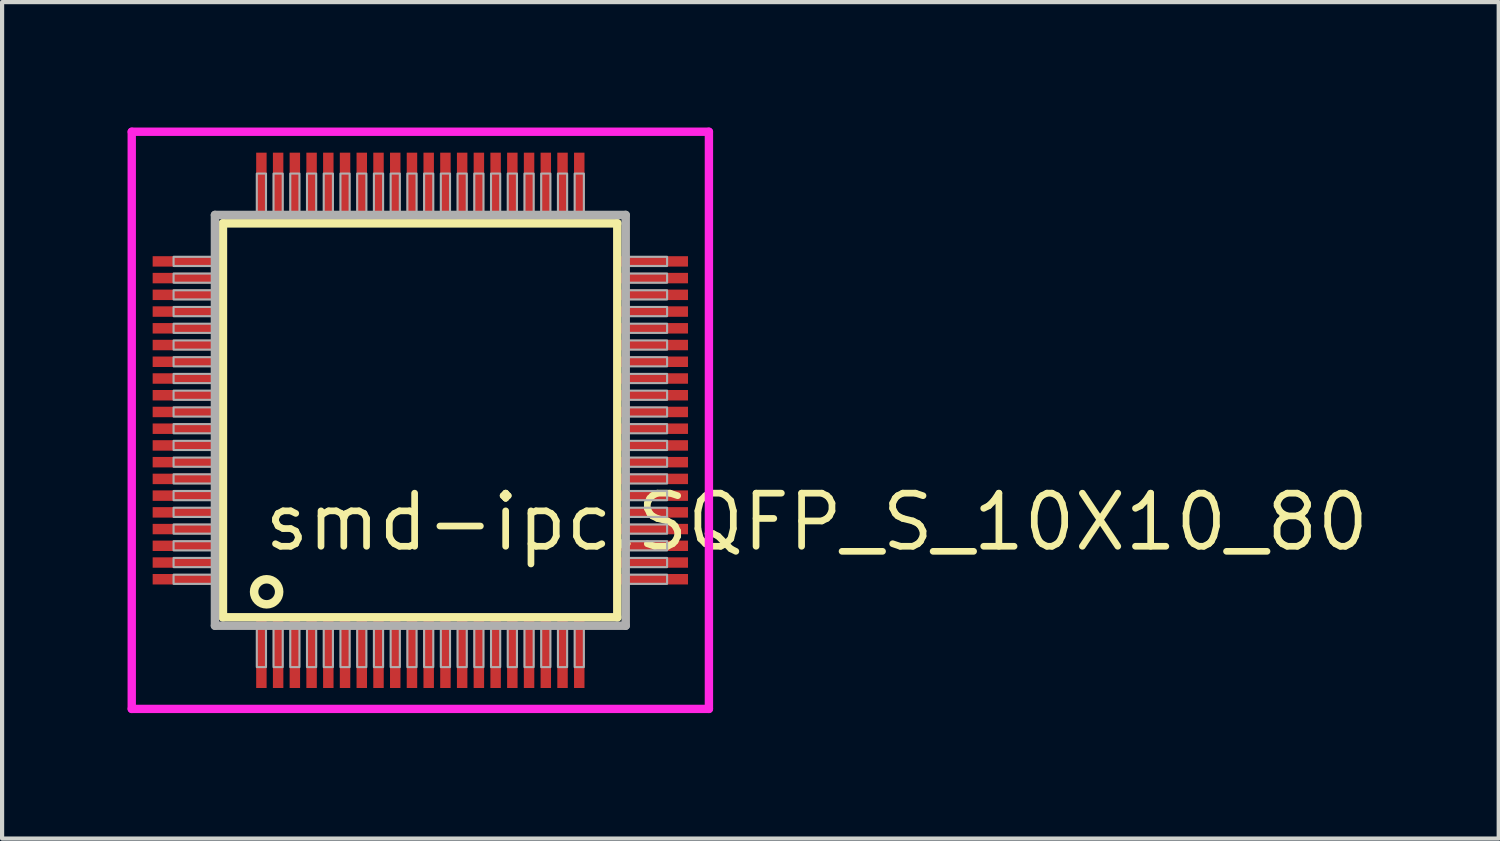
<source format=kicad_pcb>
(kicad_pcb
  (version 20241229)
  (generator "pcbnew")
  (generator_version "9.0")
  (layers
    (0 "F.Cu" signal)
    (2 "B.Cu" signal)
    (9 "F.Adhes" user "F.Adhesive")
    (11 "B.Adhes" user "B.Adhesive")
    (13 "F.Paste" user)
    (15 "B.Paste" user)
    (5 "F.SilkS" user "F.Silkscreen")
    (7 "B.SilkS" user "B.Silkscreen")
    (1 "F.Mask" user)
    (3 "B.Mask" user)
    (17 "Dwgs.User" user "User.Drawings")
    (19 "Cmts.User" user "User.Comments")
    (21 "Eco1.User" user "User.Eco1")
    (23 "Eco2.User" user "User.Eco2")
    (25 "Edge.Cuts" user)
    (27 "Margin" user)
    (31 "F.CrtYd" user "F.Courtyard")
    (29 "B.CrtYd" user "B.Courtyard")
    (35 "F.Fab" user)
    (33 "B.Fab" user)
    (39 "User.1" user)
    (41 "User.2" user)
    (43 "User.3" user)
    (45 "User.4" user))
  (footprint "smd-ipc.SQFP_S_10X10_80"
    (layer "F.Cu")
    (at 7 7)
    (property "Reference" "smd-ipc.SQFP_S_10X10_80" (at -3.81 3.175 0) (layer "F.SilkS") (effects (font (size 1.27 1.27) (thickness 0.16)) (justify left bottom)))
    (attr smd)
    (fp_line (start -4.72 -4.71) (end 4.71 -4.71) (stroke (width 0.203) (type default)) (layer "F.SilkS"))
    (fp_line (start -4.72 4.71) (end -4.72 -4.71) (stroke (width 0.203) (type default)) (layer "F.SilkS"))
    (fp_line (start 4.71 -4.71) (end 4.71 4.71) (stroke (width 0.203) (type default)) (layer "F.SilkS"))
    (fp_line (start 4.71 4.71) (end -4.72 4.71) (stroke (width 0.203) (type default)) (layer "F.SilkS"))
    (fp_circle (center -3.675 4.1) (end -3.375 4.1) (stroke (width 0.203) (type default)) (fill no) (layer "F.SilkS"))
    (fp_line (start -6.9 -6.9) (end 6.9 -6.9) (stroke (width 0.2) (type default)) (layer "F.CrtYd"))
    (fp_line (start -6.9 6.9) (end -6.9 -6.9) (stroke (width 0.2) (type default)) (layer "F.CrtYd"))
    (fp_line (start 6.9 -6.9) (end 6.9 6.9) (stroke (width 0.2) (type default)) (layer "F.CrtYd"))
    (fp_line (start 6.9 6.9) (end -6.9 6.9) (stroke (width 0.2) (type default)) (layer "F.CrtYd"))
    (fp_line (start -4.91 -4.91) (end -4.91 4.91) (stroke (width 0.203) (type default)) (layer "F.Fab"))
    (fp_line (start -4.91 4.91) (end 4.91 4.91) (stroke (width 0.203) (type default)) (layer "F.Fab"))
    (fp_line (start 4.91 -4.91) (end -4.91 -4.91) (stroke (width 0.203) (type default)) (layer "F.Fab"))
    (fp_line (start 4.91 4.91) (end 4.91 -4.91) (stroke (width 0.203) (type default)) (layer "F.Fab"))
    (fp_rect (start -5.9 -3.69) (end -4.95 -3.91) (stroke (width 0.05) (type default)) (fill no) (layer "F.Fab"))
    (fp_rect (start -5.9 -3.29) (end -4.95 -3.51) (stroke (width 0.05) (type default)) (fill no) (layer "F.Fab"))
    (fp_rect (start -5.9 -2.89) (end -4.95 -3.11) (stroke (width 0.05) (type default)) (fill no) (layer "F.Fab"))
    (fp_rect (start -5.9 -2.49) (end -4.95 -2.71) (stroke (width 0.05) (type default)) (fill no) (layer "F.Fab"))
    (fp_rect (start -5.9 -2.09) (end -4.95 -2.31) (stroke (width 0.05) (type default)) (fill no) (layer "F.Fab"))
    (fp_rect (start -5.9 -1.69) (end -4.95 -1.91) (stroke (width 0.05) (type default)) (fill no) (layer "F.Fab"))
    (fp_rect (start -5.9 -1.29) (end -4.95 -1.51) (stroke (width 0.05) (type default)) (fill no) (layer "F.Fab"))
    (fp_rect (start -5.9 -0.89) (end -4.95 -1.11) (stroke (width 0.05) (type default)) (fill no) (layer "F.Fab"))
    (fp_rect (start -5.9 -0.49) (end -4.95 -0.71) (stroke (width 0.05) (type default)) (fill no) (layer "F.Fab"))
    (fp_rect (start -5.9 -0.09) (end -4.95 -0.31) (stroke (width 0.05) (type default)) (fill no) (layer "F.Fab"))
    (fp_rect (start -5.9 0.31) (end -4.95 0.09) (stroke (width 0.05) (type default)) (fill no) (layer "F.Fab"))
    (fp_rect (start -5.9 0.71) (end -4.95 0.49) (stroke (width 0.05) (type default)) (fill no) (layer "F.Fab"))
    (fp_rect (start -5.9 1.11) (end -4.95 0.89) (stroke (width 0.05) (type default)) (fill no) (layer "F.Fab"))
    (fp_rect (start -5.9 1.51) (end -4.95 1.29) (stroke (width 0.05) (type default)) (fill no) (layer "F.Fab"))
    (fp_rect (start -5.9 1.91) (end -4.95 1.69) (stroke (width 0.05) (type default)) (fill no) (layer "F.Fab"))
    (fp_rect (start -5.9 2.31) (end -4.95 2.09) (stroke (width 0.05) (type default)) (fill no) (layer "F.Fab"))
    (fp_rect (start -5.9 2.71) (end -4.95 2.49) (stroke (width 0.05) (type default)) (fill no) (layer "F.Fab"))
    (fp_rect (start -5.9 3.11) (end -4.95 2.89) (stroke (width 0.05) (type default)) (fill no) (layer "F.Fab"))
    (fp_rect (start -5.9 3.51) (end -4.95 3.29) (stroke (width 0.05) (type default)) (fill no) (layer "F.Fab"))
    (fp_rect (start -5.9 3.91) (end -4.95 3.69) (stroke (width 0.05) (type default)) (fill no) (layer "F.Fab"))
    (fp_rect (start -3.91 -4.95) (end -3.69 -5.9) (stroke (width 0.05) (type default)) (fill no) (layer "F.Fab"))
    (fp_rect (start -3.91 5.9) (end -3.69 4.95) (stroke (width 0.05) (type default)) (fill no) (layer "F.Fab"))
    (fp_rect (start -3.51 -4.95) (end -3.29 -5.9) (stroke (width 0.05) (type default)) (fill no) (layer "F.Fab"))
    (fp_rect (start -3.51 5.9) (end -3.29 4.95) (stroke (width 0.05) (type default)) (fill no) (layer "F.Fab"))
    (fp_rect (start -3.11 -4.95) (end -2.89 -5.9) (stroke (width 0.05) (type default)) (fill no) (layer "F.Fab"))
    (fp_rect (start -3.11 5.9) (end -2.89 4.95) (stroke (width 0.05) (type default)) (fill no) (layer "F.Fab"))
    (fp_rect (start -2.71 -4.95) (end -2.49 -5.9) (stroke (width 0.05) (type default)) (fill no) (layer "F.Fab"))
    (fp_rect (start -2.71 5.9) (end -2.49 4.95) (stroke (width 0.05) (type default)) (fill no) (layer "F.Fab"))
    (fp_rect (start -2.31 -4.95) (end -2.09 -5.9) (stroke (width 0.05) (type default)) (fill no) (layer "F.Fab"))
    (fp_rect (start -2.31 5.9) (end -2.09 4.95) (stroke (width 0.05) (type default)) (fill no) (layer "F.Fab"))
    (fp_rect (start -1.91 -4.95) (end -1.69 -5.9) (stroke (width 0.05) (type default)) (fill no) (layer "F.Fab"))
    (fp_rect (start -1.91 5.9) (end -1.69 4.95) (stroke (width 0.05) (type default)) (fill no) (layer "F.Fab"))
    (fp_rect (start -1.51 -4.95) (end -1.29 -5.9) (stroke (width 0.05) (type default)) (fill no) (layer "F.Fab"))
    (fp_rect (start -1.51 5.9) (end -1.29 4.95) (stroke (width 0.05) (type default)) (fill no) (layer "F.Fab"))
    (fp_rect (start -1.11 -4.95) (end -0.89 -5.9) (stroke (width 0.05) (type default)) (fill no) (layer "F.Fab"))
    (fp_rect (start -1.11 5.9) (end -0.89 4.95) (stroke (width 0.05) (type default)) (fill no) (layer "F.Fab"))
    (fp_rect (start -0.71 -4.95) (end -0.49 -5.9) (stroke (width 0.05) (type default)) (fill no) (layer "F.Fab"))
    (fp_rect (start -0.71 5.9) (end -0.49 4.95) (stroke (width 0.05) (type default)) (fill no) (layer "F.Fab"))
    (fp_rect (start -0.31 -4.95) (end -0.09 -5.9) (stroke (width 0.05) (type default)) (fill no) (layer "F.Fab"))
    (fp_rect (start -0.31 5.9) (end -0.09 4.95) (stroke (width 0.05) (type default)) (fill no) (layer "F.Fab"))
    (fp_rect (start 0.09 -4.95) (end 0.31 -5.9) (stroke (width 0.05) (type default)) (fill no) (layer "F.Fab"))
    (fp_rect (start 0.09 5.9) (end 0.31 4.95) (stroke (width 0.05) (type default)) (fill no) (layer "F.Fab"))
    (fp_rect (start 0.49 -4.95) (end 0.71 -5.9) (stroke (width 0.05) (type default)) (fill no) (layer "F.Fab"))
    (fp_rect (start 0.49 5.9) (end 0.71 4.95) (stroke (width 0.05) (type default)) (fill no) (layer "F.Fab"))
    (fp_rect (start 0.89 -4.95) (end 1.11 -5.9) (stroke (width 0.05) (type default)) (fill no) (layer "F.Fab"))
    (fp_rect (start 0.89 5.9) (end 1.11 4.95) (stroke (width 0.05) (type default)) (fill no) (layer "F.Fab"))
    (fp_rect (start 1.29 -4.95) (end 1.51 -5.9) (stroke (width 0.05) (type default)) (fill no) (layer "F.Fab"))
    (fp_rect (start 1.29 5.9) (end 1.51 4.95) (stroke (width 0.05) (type default)) (fill no) (layer "F.Fab"))
    (fp_rect (start 1.69 -4.95) (end 1.91 -5.9) (stroke (width 0.05) (type default)) (fill no) (layer "F.Fab"))
    (fp_rect (start 1.69 5.9) (end 1.91 4.95) (stroke (width 0.05) (type default)) (fill no) (layer "F.Fab"))
    (fp_rect (start 2.09 -4.95) (end 2.31 -5.9) (stroke (width 0.05) (type default)) (fill no) (layer "F.Fab"))
    (fp_rect (start 2.09 5.9) (end 2.31 4.95) (stroke (width 0.05) (type default)) (fill no) (layer "F.Fab"))
    (fp_rect (start 2.49 -4.95) (end 2.71 -5.9) (stroke (width 0.05) (type default)) (fill no) (layer "F.Fab"))
    (fp_rect (start 2.49 5.9) (end 2.71 4.95) (stroke (width 0.05) (type default)) (fill no) (layer "F.Fab"))
    (fp_rect (start 2.89 -4.95) (end 3.11 -5.9) (stroke (width 0.05) (type default)) (fill no) (layer "F.Fab"))
    (fp_rect (start 2.89 5.9) (end 3.11 4.95) (stroke (width 0.05) (type default)) (fill no) (layer "F.Fab"))
    (fp_rect (start 3.29 -4.95) (end 3.51 -5.9) (stroke (width 0.05) (type default)) (fill no) (layer "F.Fab"))
    (fp_rect (start 3.29 5.9) (end 3.51 4.95) (stroke (width 0.05) (type default)) (fill no) (layer "F.Fab"))
    (fp_rect (start 3.69 -4.95) (end 3.91 -5.9) (stroke (width 0.05) (type default)) (fill no) (layer "F.Fab"))
    (fp_rect (start 3.69 5.9) (end 3.91 4.95) (stroke (width 0.05) (type default)) (fill no) (layer "F.Fab"))
    (fp_rect (start 4.95 -3.69) (end 5.9 -3.91) (stroke (width 0.05) (type default)) (fill no) (layer "F.Fab"))
    (fp_rect (start 4.95 -3.29) (end 5.9 -3.51) (stroke (width 0.05) (type default)) (fill no) (layer "F.Fab"))
    (fp_rect (start 4.95 -2.89) (end 5.9 -3.11) (stroke (width 0.05) (type default)) (fill no) (layer "F.Fab"))
    (fp_rect (start 4.95 -2.49) (end 5.9 -2.71) (stroke (width 0.05) (type default)) (fill no) (layer "F.Fab"))
    (fp_rect (start 4.95 -2.09) (end 5.9 -2.31) (stroke (width 0.05) (type default)) (fill no) (layer "F.Fab"))
    (fp_rect (start 4.95 -1.69) (end 5.9 -1.91) (stroke (width 0.05) (type default)) (fill no) (layer "F.Fab"))
    (fp_rect (start 4.95 -1.29) (end 5.9 -1.51) (stroke (width 0.05) (type default)) (fill no) (layer "F.Fab"))
    (fp_rect (start 4.95 -0.89) (end 5.9 -1.11) (stroke (width 0.05) (type default)) (fill no) (layer "F.Fab"))
    (fp_rect (start 4.95 -0.49) (end 5.9 -0.71) (stroke (width 0.05) (type default)) (fill no) (layer "F.Fab"))
    (fp_rect (start 4.95 -0.09) (end 5.9 -0.31) (stroke (width 0.05) (type default)) (fill no) (layer "F.Fab"))
    (fp_rect (start 4.95 0.31) (end 5.9 0.09) (stroke (width 0.05) (type default)) (fill no) (layer "F.Fab"))
    (fp_rect (start 4.95 0.71) (end 5.9 0.49) (stroke (width 0.05) (type default)) (fill no) (layer "F.Fab"))
    (fp_rect (start 4.95 1.11) (end 5.9 0.89) (stroke (width 0.05) (type default)) (fill no) (layer "F.Fab"))
    (fp_rect (start 4.95 1.51) (end 5.9 1.29) (stroke (width 0.05) (type default)) (fill no) (layer "F.Fab"))
    (fp_rect (start 4.95 1.91) (end 5.9 1.69) (stroke (width 0.05) (type default)) (fill no) (layer "F.Fab"))
    (fp_rect (start 4.95 2.31) (end 5.9 2.09) (stroke (width 0.05) (type default)) (fill no) (layer "F.Fab"))
    (fp_rect (start 4.95 2.71) (end 5.9 2.49) (stroke (width 0.05) (type default)) (fill no) (layer "F.Fab"))
    (fp_rect (start 4.95 3.11) (end 5.9 2.89) (stroke (width 0.05) (type default)) (fill no) (layer "F.Fab"))
    (fp_rect (start 4.95 3.51) (end 5.9 3.29) (stroke (width 0.05) (type default)) (fill no) (layer "F.Fab"))
    (fp_rect (start 4.95 3.91) (end 5.9 3.69) (stroke (width 0.05) (type default)) (fill no) (layer "F.Fab"))
    (pad "1" smd roundrect (at -3.8 5.6) (size 0.25 1.6) (layers "F.Cu" "F.Mask" "F.Paste") (roundrect_rratio 0.01))
    (pad "2" smd roundrect (at -3.4 5.6) (size 0.25 1.6) (layers "F.Cu" "F.Mask" "F.Paste") (roundrect_rratio 0.01))
    (pad "3" smd roundrect (at -3 5.6) (size 0.25 1.6) (layers "F.Cu" "F.Mask" "F.Paste") (roundrect_rratio 0.01))
    (pad "4" smd roundrect (at -2.6 5.6) (size 0.25 1.6) (layers "F.Cu" "F.Mask" "F.Paste") (roundrect_rratio 0.01))
    (pad "5" smd roundrect (at -2.2 5.6) (size 0.25 1.6) (layers "F.Cu" "F.Mask" "F.Paste") (roundrect_rratio 0.01))
    (pad "6" smd roundrect (at -1.8 5.6) (size 0.25 1.6) (layers "F.Cu" "F.Mask" "F.Paste") (roundrect_rratio 0.01))
    (pad "7" smd roundrect (at -1.4 5.6) (size 0.25 1.6) (layers "F.Cu" "F.Mask" "F.Paste") (roundrect_rratio 0.01))
    (pad "8" smd roundrect (at -1 5.6) (size 0.25 1.6) (layers "F.Cu" "F.Mask" "F.Paste") (roundrect_rratio 0.01))
    (pad "9" smd roundrect (at -0.6 5.6) (size 0.25 1.6) (layers "F.Cu" "F.Mask" "F.Paste") (roundrect_rratio 0.01))
    (pad "10" smd roundrect (at -0.2 5.6) (size 0.25 1.6) (layers "F.Cu" "F.Mask" "F.Paste") (roundrect_rratio 0.01))
    (pad "11" smd roundrect (at 0.2 5.6) (size 0.25 1.6) (layers "F.Cu" "F.Mask" "F.Paste") (roundrect_rratio 0.01))
    (pad "12" smd roundrect (at 0.6 5.6) (size 0.25 1.6) (layers "F.Cu" "F.Mask" "F.Paste") (roundrect_rratio 0.01))
    (pad "13" smd roundrect (at 1 5.6) (size 0.25 1.6) (layers "F.Cu" "F.Mask" "F.Paste") (roundrect_rratio 0.01))
    (pad "14" smd roundrect (at 1.4 5.6) (size 0.25 1.6) (layers "F.Cu" "F.Mask" "F.Paste") (roundrect_rratio 0.01))
    (pad "15" smd roundrect (at 1.8 5.6) (size 0.25 1.6) (layers "F.Cu" "F.Mask" "F.Paste") (roundrect_rratio 0.01))
    (pad "16" smd roundrect (at 2.2 5.6) (size 0.25 1.6) (layers "F.Cu" "F.Mask" "F.Paste") (roundrect_rratio 0.01))
    (pad "17" smd roundrect (at 2.6 5.6) (size 0.25 1.6) (layers "F.Cu" "F.Mask" "F.Paste") (roundrect_rratio 0.01))
    (pad "18" smd roundrect (at 3 5.6) (size 0.25 1.6) (layers "F.Cu" "F.Mask" "F.Paste") (roundrect_rratio 0.01))
    (pad "19" smd roundrect (at 3.4 5.6) (size 0.25 1.6) (layers "F.Cu" "F.Mask" "F.Paste") (roundrect_rratio 0.01))
    (pad "20" smd roundrect (at 3.8 5.6) (size 0.25 1.6) (layers "F.Cu" "F.Mask" "F.Paste") (roundrect_rratio 0.01))
    (pad "21" smd roundrect (at 5.6 3.8) (size 1.6 0.25) (layers "F.Cu" "F.Mask" "F.Paste") (roundrect_rratio 0.01))
    (pad "22" smd roundrect (at 5.6 3.4) (size 1.6 0.25) (layers "F.Cu" "F.Mask" "F.Paste") (roundrect_rratio 0.01))
    (pad "23" smd roundrect (at 5.6 3) (size 1.6 0.25) (layers "F.Cu" "F.Mask" "F.Paste") (roundrect_rratio 0.01))
    (pad "24" smd roundrect (at 5.6 2.6) (size 1.6 0.25) (layers "F.Cu" "F.Mask" "F.Paste") (roundrect_rratio 0.01))
    (pad "25" smd roundrect (at 5.6 2.2) (size 1.6 0.25) (layers "F.Cu" "F.Mask" "F.Paste") (roundrect_rratio 0.01))
    (pad "26" smd roundrect (at 5.6 1.8) (size 1.6 0.25) (layers "F.Cu" "F.Mask" "F.Paste") (roundrect_rratio 0.01))
    (pad "27" smd roundrect (at 5.6 1.4) (size 1.6 0.25) (layers "F.Cu" "F.Mask" "F.Paste") (roundrect_rratio 0.01))
    (pad "28" smd roundrect (at 5.6 1) (size 1.6 0.25) (layers "F.Cu" "F.Mask" "F.Paste") (roundrect_rratio 0.01))
    (pad "29" smd roundrect (at 5.6 0.6) (size 1.6 0.25) (layers "F.Cu" "F.Mask" "F.Paste") (roundrect_rratio 0.01))
    (pad "30" smd roundrect (at 5.6 0.2) (size 1.6 0.25) (layers "F.Cu" "F.Mask" "F.Paste") (roundrect_rratio 0.01))
    (pad "31" smd roundrect (at 5.6 -0.2) (size 1.6 0.25) (layers "F.Cu" "F.Mask" "F.Paste") (roundrect_rratio 0.01))
    (pad "32" smd roundrect (at 5.6 -0.6) (size 1.6 0.25) (layers "F.Cu" "F.Mask" "F.Paste") (roundrect_rratio 0.01))
    (pad "33" smd roundrect (at 5.6 -1) (size 1.6 0.25) (layers "F.Cu" "F.Mask" "F.Paste") (roundrect_rratio 0.01))
    (pad "34" smd roundrect (at 5.6 -1.4) (size 1.6 0.25) (layers "F.Cu" "F.Mask" "F.Paste") (roundrect_rratio 0.01))
    (pad "35" smd roundrect (at 5.6 -1.8) (size 1.6 0.25) (layers "F.Cu" "F.Mask" "F.Paste") (roundrect_rratio 0.01))
    (pad "36" smd roundrect (at 5.6 -2.2) (size 1.6 0.25) (layers "F.Cu" "F.Mask" "F.Paste") (roundrect_rratio 0.01))
    (pad "37" smd roundrect (at 5.6 -2.6) (size 1.6 0.25) (layers "F.Cu" "F.Mask" "F.Paste") (roundrect_rratio 0.01))
    (pad "38" smd roundrect (at 5.6 -3) (size 1.6 0.25) (layers "F.Cu" "F.Mask" "F.Paste") (roundrect_rratio 0.01))
    (pad "39" smd roundrect (at 5.6 -3.4) (size 1.6 0.25) (layers "F.Cu" "F.Mask" "F.Paste") (roundrect_rratio 0.01))
    (pad "40" smd roundrect (at 5.6 -3.8) (size 1.6 0.25) (layers "F.Cu" "F.Mask" "F.Paste") (roundrect_rratio 0.01))
    (pad "41" smd roundrect (at 3.8 -5.6) (size 0.25 1.6) (layers "F.Cu" "F.Mask" "F.Paste") (roundrect_rratio 0.01))
    (pad "42" smd roundrect (at 3.4 -5.6) (size 0.25 1.6) (layers "F.Cu" "F.Mask" "F.Paste") (roundrect_rratio 0.01))
    (pad "43" smd roundrect (at 3 -5.6) (size 0.25 1.6) (layers "F.Cu" "F.Mask" "F.Paste") (roundrect_rratio 0.01))
    (pad "44" smd roundrect (at 2.6 -5.6) (size 0.25 1.6) (layers "F.Cu" "F.Mask" "F.Paste") (roundrect_rratio 0.01))
    (pad "45" smd roundrect (at 2.2 -5.6) (size 0.25 1.6) (layers "F.Cu" "F.Mask" "F.Paste") (roundrect_rratio 0.01))
    (pad "46" smd roundrect (at 1.8 -5.6) (size 0.25 1.6) (layers "F.Cu" "F.Mask" "F.Paste") (roundrect_rratio 0.01))
    (pad "47" smd roundrect (at 1.4 -5.6) (size 0.25 1.6) (layers "F.Cu" "F.Mask" "F.Paste") (roundrect_rratio 0.01))
    (pad "48" smd roundrect (at 1 -5.6) (size 0.25 1.6) (layers "F.Cu" "F.Mask" "F.Paste") (roundrect_rratio 0.01))
    (pad "49" smd roundrect (at 0.6 -5.6) (size 0.25 1.6) (layers "F.Cu" "F.Mask" "F.Paste") (roundrect_rratio 0.01))
    (pad "50" smd roundrect (at 0.2 -5.6) (size 0.25 1.6) (layers "F.Cu" "F.Mask" "F.Paste") (roundrect_rratio 0.01))
    (pad "51" smd roundrect (at -0.2 -5.6) (size 0.25 1.6) (layers "F.Cu" "F.Mask" "F.Paste") (roundrect_rratio 0.01))
    (pad "52" smd roundrect (at -0.6 -5.6) (size 0.25 1.6) (layers "F.Cu" "F.Mask" "F.Paste") (roundrect_rratio 0.01))
    (pad "53" smd roundrect (at -1 -5.6) (size 0.25 1.6) (layers "F.Cu" "F.Mask" "F.Paste") (roundrect_rratio 0.01))
    (pad "54" smd roundrect (at -1.4 -5.6) (size 0.25 1.6) (layers "F.Cu" "F.Mask" "F.Paste") (roundrect_rratio 0.01))
    (pad "55" smd roundrect (at -1.8 -5.6) (size 0.25 1.6) (layers "F.Cu" "F.Mask" "F.Paste") (roundrect_rratio 0.01))
    (pad "56" smd roundrect (at -2.2 -5.6) (size 0.25 1.6) (layers "F.Cu" "F.Mask" "F.Paste") (roundrect_rratio 0.01))
    (pad "57" smd roundrect (at -2.6 -5.6) (size 0.25 1.6) (layers "F.Cu" "F.Mask" "F.Paste") (roundrect_rratio 0.01))
    (pad "58" smd roundrect (at -3 -5.6) (size 0.25 1.6) (layers "F.Cu" "F.Mask" "F.Paste") (roundrect_rratio 0.01))
    (pad "59" smd roundrect (at -3.4 -5.6) (size 0.25 1.6) (layers "F.Cu" "F.Mask" "F.Paste") (roundrect_rratio 0.01))
    (pad "60" smd roundrect (at -3.8 -5.6) (size 0.25 1.6) (layers "F.Cu" "F.Mask" "F.Paste") (roundrect_rratio 0.01))
    (pad "61" smd roundrect (at -5.6 -3.8) (size 1.6 0.25) (layers "F.Cu" "F.Mask" "F.Paste") (roundrect_rratio 0.01))
    (pad "62" smd roundrect (at -5.6 -3.4) (size 1.6 0.25) (layers "F.Cu" "F.Mask" "F.Paste") (roundrect_rratio 0.01))
    (pad "63" smd roundrect (at -5.6 -3) (size 1.6 0.25) (layers "F.Cu" "F.Mask" "F.Paste") (roundrect_rratio 0.01))
    (pad "64" smd roundrect (at -5.6 -2.6) (size 1.6 0.25) (layers "F.Cu" "F.Mask" "F.Paste") (roundrect_rratio 0.01))
    (pad "65" smd roundrect (at -5.6 -2.2) (size 1.6 0.25) (layers "F.Cu" "F.Mask" "F.Paste") (roundrect_rratio 0.01))
    (pad "66" smd roundrect (at -5.6 -1.8) (size 1.6 0.25) (layers "F.Cu" "F.Mask" "F.Paste") (roundrect_rratio 0.01))
    (pad "67" smd roundrect (at -5.6 -1.4) (size 1.6 0.25) (layers "F.Cu" "F.Mask" "F.Paste") (roundrect_rratio 0.01))
    (pad "68" smd roundrect (at -5.6 -1) (size 1.6 0.25) (layers "F.Cu" "F.Mask" "F.Paste") (roundrect_rratio 0.01))
    (pad "69" smd roundrect (at -5.6 -0.6) (size 1.6 0.25) (layers "F.Cu" "F.Mask" "F.Paste") (roundrect_rratio 0.01))
    (pad "70" smd roundrect (at -5.6 -0.2) (size 1.6 0.25) (layers "F.Cu" "F.Mask" "F.Paste") (roundrect_rratio 0.01))
    (pad "71" smd roundrect (at -5.6 0.2) (size 1.6 0.25) (layers "F.Cu" "F.Mask" "F.Paste") (roundrect_rratio 0.01))
    (pad "72" smd roundrect (at -5.6 0.6) (size 1.6 0.25) (layers "F.Cu" "F.Mask" "F.Paste") (roundrect_rratio 0.01))
    (pad "73" smd roundrect (at -5.6 1) (size 1.6 0.25) (layers "F.Cu" "F.Mask" "F.Paste") (roundrect_rratio 0.01))
    (pad "74" smd roundrect (at -5.6 1.4) (size 1.6 0.25) (layers "F.Cu" "F.Mask" "F.Paste") (roundrect_rratio 0.01))
    (pad "75" smd roundrect (at -5.6 1.8) (size 1.6 0.25) (layers "F.Cu" "F.Mask" "F.Paste") (roundrect_rratio 0.01))
    (pad "76" smd roundrect (at -5.6 2.2) (size 1.6 0.25) (layers "F.Cu" "F.Mask" "F.Paste") (roundrect_rratio 0.01))
    (pad "77" smd roundrect (at -5.6 2.6) (size 1.6 0.25) (layers "F.Cu" "F.Mask" "F.Paste") (roundrect_rratio 0.01))
    (pad "78" smd roundrect (at -5.6 3) (size 1.6 0.25) (layers "F.Cu" "F.Mask" "F.Paste") (roundrect_rratio 0.01))
    (pad "79" smd roundrect (at -5.6 3.4) (size 1.6 0.25) (layers "F.Cu" "F.Mask" "F.Paste") (roundrect_rratio 0.01))
    (pad "80" smd roundrect (at -5.6 3.8) (size 1.6 0.25) (layers "F.Cu" "F.Mask" "F.Paste") (roundrect_rratio 0.01)))
  (gr_rect
    (start -3 -3)
    (end 32.784 17)
    (stroke (width 0.1) (type default))
    (fill no)
    (layer "Edge.Cuts")))
</source>
